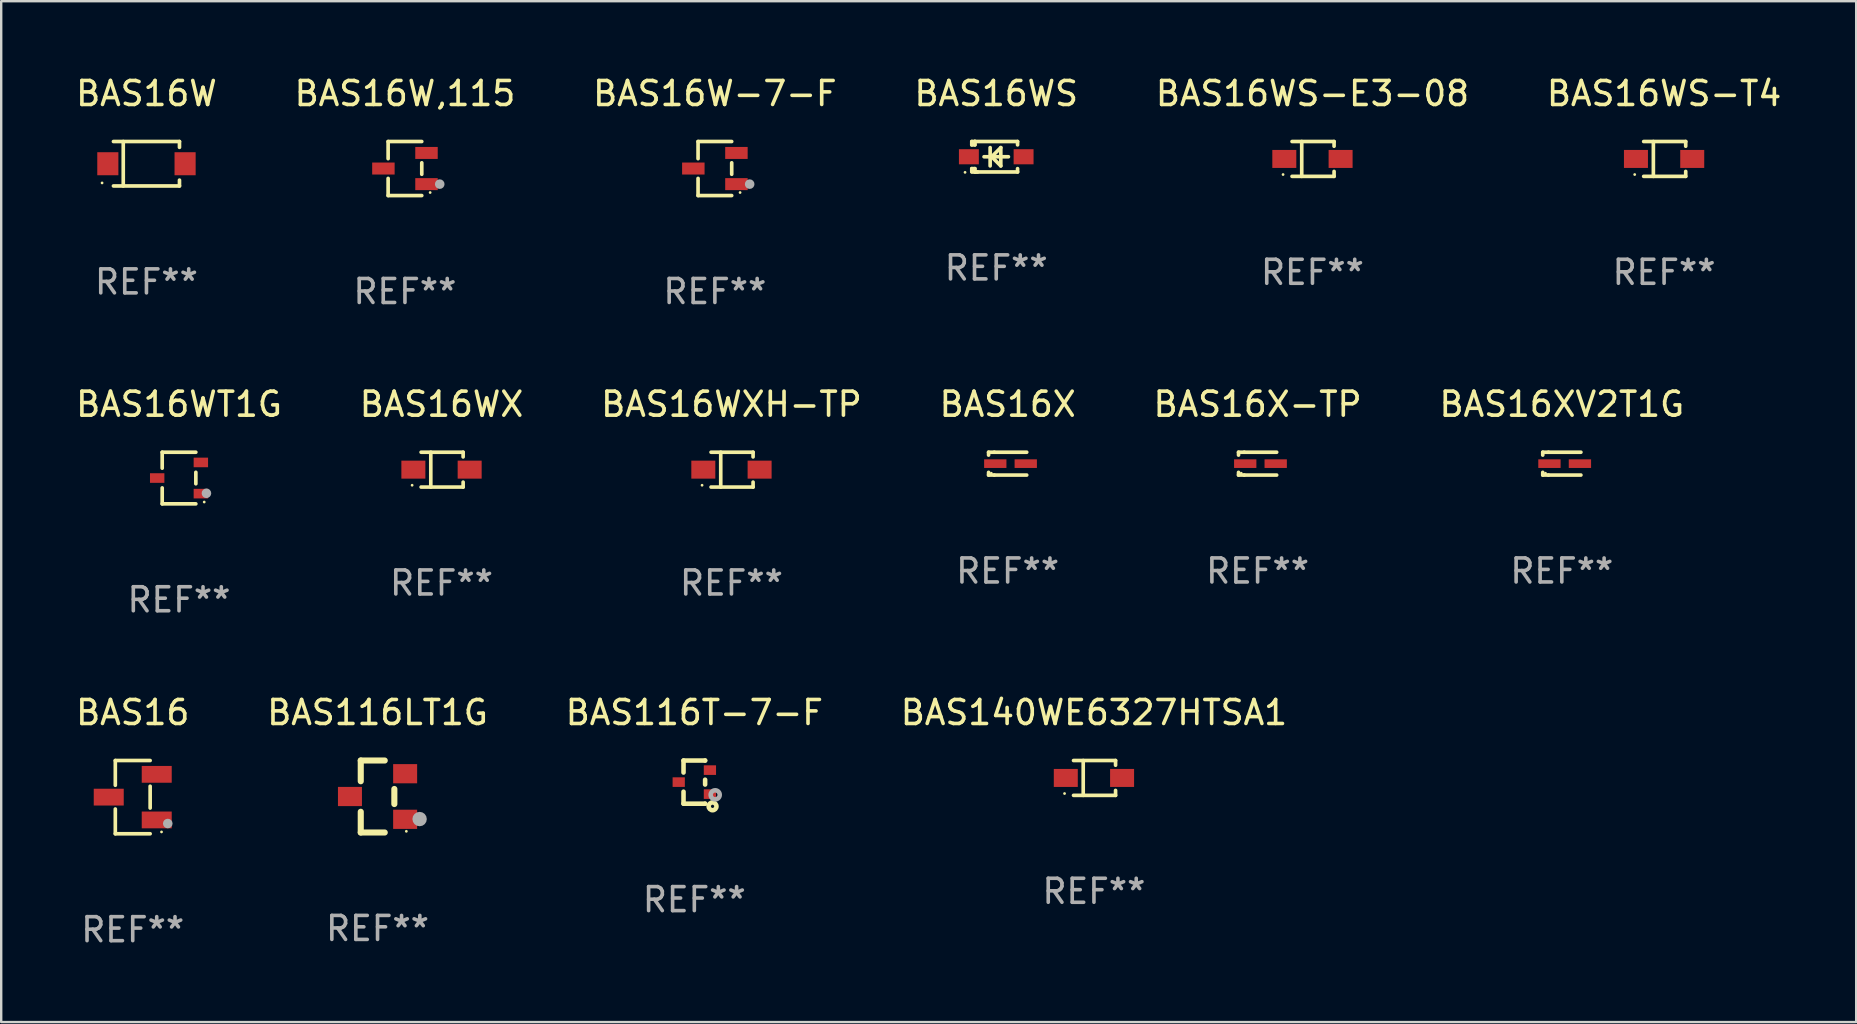
<source format=kicad_pcb>
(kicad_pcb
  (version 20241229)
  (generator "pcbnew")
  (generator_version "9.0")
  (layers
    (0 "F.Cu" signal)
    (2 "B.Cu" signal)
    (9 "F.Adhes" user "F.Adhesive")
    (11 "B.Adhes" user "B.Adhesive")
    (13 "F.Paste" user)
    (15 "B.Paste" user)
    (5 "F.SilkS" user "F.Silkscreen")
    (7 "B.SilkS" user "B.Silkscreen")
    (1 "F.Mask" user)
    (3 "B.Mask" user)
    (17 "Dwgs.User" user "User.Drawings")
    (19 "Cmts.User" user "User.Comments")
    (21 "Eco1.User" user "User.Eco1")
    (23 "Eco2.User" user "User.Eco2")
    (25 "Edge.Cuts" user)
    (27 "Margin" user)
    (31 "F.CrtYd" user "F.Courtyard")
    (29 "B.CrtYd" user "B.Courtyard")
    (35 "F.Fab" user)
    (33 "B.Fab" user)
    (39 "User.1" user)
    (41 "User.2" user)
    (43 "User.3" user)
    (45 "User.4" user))
  (footprint "BAS16WX"
    (layer "F.Cu")
    (at 15.351 16.523)
    (property "Reference" "BAS16WX" (at 0 -2.726 0) (layer "F.SilkS") (effects (font (size 1 1) (thickness 0.15))))
    (attr through_hole)
    (fp_line (start -0.851 -0.726) (end 0.901 -0.726) (stroke (width 0.152) (type solid)) (layer "F.SilkS"))
    (fp_line (start -0.851 0.726) (end 0.901 0.726) (stroke (width 0.152) (type solid)) (layer "F.SilkS"))
    (fp_line (start -0.447 -0.726) (end -0.447 0.726) (stroke (width 0.152) (type solid)) (layer "F.SilkS"))
    (fp_line (start 0.901 -0.726) (end 0.901 -0.53) (stroke (width 0.152) (type solid)) (layer "F.SilkS"))
    (fp_line (start 0.901 0.726) (end 0.901 0.52) (stroke (width 0.152) (type solid)) (layer "F.SilkS"))
    (fp_circle (center -1.225 0.65) (end -1.195 0.65) (stroke (width 0.06) (type solid)) (fill no) (layer "F.SilkS"))
    (fp_text user "REF**" (at 0 4.726 0) (layer "F.Fab") (effects (font (size 1 1) (thickness 0.15))))
    (pad "1" smd rect (at -1.173 0) (size 1 0.75) (layers "F.Cu" "F.Mask" "F.Paste"))
    (pad "2" smd rect (at 1.173 0) (size 1 0.75) (layers "F.Cu" "F.Mask" "F.Paste")))
  (footprint "BAS16WT1G"
    (layer "F.Cu")
    (at 4.411 16.873)
    (property "Reference" "BAS16WT1G" (at 0 -3.076 0) (layer "F.SilkS") (effects (font (size 1 1) (thickness 0.15))))
    (attr through_hole)
    (fp_line (start -0.701 -1.076) (end -0.701 -0.411) (stroke (width 0.152) (type solid)) (layer "F.SilkS"))
    (fp_line (start -0.701 1.076) (end -0.701 0.411) (stroke (width 0.152) (type solid)) (layer "F.SilkS"))
    (fp_line (start 0.701 -1.076) (end -0.701 -1.076) (stroke (width 0.152) (type solid)) (layer "F.SilkS"))
    (fp_line (start 0.701 -0.239) (end 0.701 0.239) (stroke (width 0.152) (type solid)) (layer "F.SilkS"))
    (fp_line (start 0.701 1.076) (end -0.701 1.076) (stroke (width 0.152) (type solid)) (layer "F.SilkS"))
    (fp_circle (center 1.05 1) (end 1.08 1) (stroke (width 0.06) (type solid)) (fill no) (layer "F.SilkS"))
    (fp_circle (center 1.143 0.635) (end 1.243 0.635) (stroke (width 0.2) (type solid)) (fill no) (layer "F.Fab"))
    (fp_text user "REF**" (at 0 5.076 0) (layer "F.Fab") (effects (font (size 1 1) (thickness 0.15))))
    (pad "1" smd rect (at 0.91 0.65) (size 0.6 0.4) (layers "F.Cu" "F.Mask" "F.Paste"))
    (pad "2" smd rect (at 0.91 -0.65) (size 0.6 0.4) (layers "F.Cu" "F.Mask" "F.Paste"))
    (pad "3" smd rect (at -0.91 0) (size 0.6 0.4) (layers "F.Cu" "F.Mask" "F.Paste")))
  (footprint "BAS116LT1G"
    (layer "F.Cu")
    (at 12.685 30.146)
    (property "Reference" "BAS116LT1G" (at 0 -3.5 0) (layer "F.SilkS") (effects (font (size 1 1) (thickness 0.15))))
    (attr through_hole)
    (fp_line (start -0.7 -1.5) (end 0.3 -1.5) (stroke (width 0.254) (type solid)) (layer "F.SilkS"))
    (fp_line (start -0.7 -0.636) (end -0.7 -1.5) (stroke (width 0.254) (type solid)) (layer "F.SilkS"))
    (fp_line (start -0.7 1.5) (end -0.7 0.636) (stroke (width 0.254) (type solid)) (layer "F.SilkS"))
    (fp_line (start -0.7 1.5) (end 0.3 1.5) (stroke (width 0.254) (type solid)) (layer "F.SilkS"))
    (fp_line (start 0.7 0.314) (end 0.7 -0.314) (stroke (width 0.254) (type solid)) (layer "F.SilkS"))
    (fp_circle (center 1.2 1.45) (end 1.23 1.45) (stroke (width 0.06) (type solid)) (fill no) (layer "F.SilkS"))
    (fp_circle (center 1.753 0.94) (end 1.903 0.94) (stroke (width 0.3) (type solid)) (fill no) (layer "F.Fab"))
    (fp_text user "REF**" (at 0 5.5 0) (layer "F.Fab") (effects (font (size 1 1) (thickness 0.15))))
    (pad "1" smd rect (at 1.15 0.95 180) (size 1 0.8) (layers "F.Cu" "F.Mask" "F.Paste"))
    (pad "2" smd rect (at 1.15 -0.95 180) (size 1 0.8) (layers "F.Cu" "F.Mask" "F.Paste"))
    (pad "3" smd rect (at -1.15 -0.000051 180) (size 1 0.8) (layers "F.Cu" "F.Mask" "F.Paste")))
  (footprint "BAS16WS"
    (layer "F.Cu")
    (at 38.47 3.483)
    (property "Reference" "BAS16WS" (at 0 -2.635 0) (layer "F.SilkS") (effects (font (size 1 1) (thickness 0.15))))
    (attr through_hole)
    (fp_line (start -1.02 -0.635) (end -1.02 -0.495) (stroke (width 0.152) (type solid)) (layer "F.SilkS"))
    (fp_line (start -1.02 -0.495) (end -0.889 -0.495) (stroke (width 0.152) (type solid)) (layer "F.SilkS"))
    (fp_line (start -1.02 0.495) (end -1.02 0.62) (stroke (width 0.152) (type solid)) (layer "F.SilkS"))
    (fp_line (start -1.02 0.495) (end -0.889 0.495) (stroke (width 0.152) (type solid)) (layer "F.SilkS"))
    (fp_line (start -0.889 -0.635) (end -1.02 -0.635) (stroke (width 0.152) (type solid)) (layer "F.SilkS"))
    (fp_line (start -0.889 -0.635) (end -0.889 -0.595) (stroke (width 0.152) (type solid)) (layer "F.SilkS"))
    (fp_line (start -0.889 -0.635) (end 0.889 -0.635) (stroke (width 0.152) (type solid)) (layer "F.SilkS"))
    (fp_line (start -0.889 -0.495) (end -0.889 -0.635) (stroke (width 0.152) (type solid)) (layer "F.SilkS"))
    (fp_line (start -0.889 0.595) (end -0.889 0.495) (stroke (width 0.152) (type solid)) (layer "F.SilkS"))
    (fp_line (start -0.889 0.595) (end -0.889 0.635) (stroke (width 0.152) (type solid)) (layer "F.SilkS"))
    (fp_line (start -0.889 0.635) (end 0.889 0.635) (stroke (width 0.152) (type solid)) (layer "F.SilkS"))
    (fp_line (start -0.776 0.635) (end -1.014 0.635) (stroke (width 0.152) (type solid)) (layer "F.SilkS"))
    (fp_line (start -0.254 -0.381) (end -0.254 0.381) (stroke (width 0.152) (type solid)) (layer "F.SilkS"))
    (fp_line (start -0.191 0) (end 0.19 -0.381) (stroke (width 0.152) (type solid)) (layer "F.SilkS"))
    (fp_line (start 0.19 -0.381) (end 0.19 0.381) (stroke (width 0.152) (type solid)) (layer "F.SilkS"))
    (fp_line (start 0.19 0.381) (end -0.191 0) (stroke (width 0.152) (type solid)) (layer "F.SilkS"))
    (fp_line (start 0.508 0) (end -0.508 0) (stroke (width 0.152) (type solid)) (layer "F.SilkS"))
    (fp_line (start 0.889 -0.635) (end 0.889 -0.495) (stroke (width 0.152) (type solid)) (layer "F.SilkS"))
    (fp_line (start 0.889 0.495) (end 0.889 0.635) (stroke (width 0.152) (type solid)) (layer "F.SilkS"))
    (fp_circle (center -1.3 0.65) (end -1.27 0.65) (stroke (width 0.06) (type solid)) (fill no) (layer "F.SilkS"))
    (fp_text user "REF**" (at 0 4.635 0) (layer "F.Fab") (effects (font (size 1 1) (thickness 0.15))))
    (pad "1" smd rect (at -1.14 0 90) (size 0.63 0.83) (layers "F.Cu" "F.Mask" "F.Paste"))
    (pad "2" smd rect (at 1.14 0 90) (size 0.63 0.83) (layers "F.Cu" "F.Mask" "F.Paste")))
  (footprint "BAS16X"
    (layer "F.Cu")
    (at 38.946 16.273)
    (property "Reference" "BAS16X" (at 0 -2.476 0) (layer "F.SilkS") (effects (font (size 1 1) (thickness 0.15))))
    (attr through_hole)
    (fp_line (start -0.795 -0.476) (end -0.795 -0.356) (stroke (width 0.152) (type solid)) (layer "F.SilkS"))
    (fp_line (start -0.795 0.363) (end -0.795 0.476) (stroke (width 0.152) (type solid)) (layer "F.SilkS"))
    (fp_line (start -0.795 0.476) (end -0.557 0.476) (stroke (width 0.152) (type solid)) (layer "F.SilkS"))
    (fp_line (start -0.557 -0.476) (end -0.795 -0.476) (stroke (width 0.152) (type solid)) (layer "F.SilkS"))
    (fp_line (start -0.557 -0.476) (end 0.795 -0.476) (stroke (width 0.152) (type solid)) (layer "F.SilkS"))
    (fp_line (start -0.557 0.476) (end 0.795 0.476) (stroke (width 0.152) (type solid)) (layer "F.SilkS"))
    (fp_circle (center -0.681 0.4) (end -0.651 0.4) (stroke (width 0.06) (type solid)) (fill no) (layer "F.SilkS"))
    (fp_text user "REF**" (at 0 4.476 0) (layer "F.Fab") (effects (font (size 1 1) (thickness 0.15))))
    (pad "1" smd rect (at -0.516 0 180) (size 0.93 0.36) (layers "F.Cu" "F.Mask" "F.Paste"))
    (pad "2" smd rect (at 0.754 0 180) (size 0.93 0.36) (layers "F.Cu" "F.Mask" "F.Paste")))
  (footprint "BAS16XV2T1G"
    (layer "F.Cu")
    (at 62.042 16.273)
    (property "Reference" "BAS16XV2T1G" (at 0 -2.476 0) (layer "F.SilkS") (effects (font (size 1 1) (thickness 0.15))))
    (attr through_hole)
    (fp_line (start -0.795 -0.476) (end -0.795 -0.356) (stroke (width 0.152) (type solid)) (layer "F.SilkS"))
    (fp_line (start -0.795 0.363) (end -0.795 0.476) (stroke (width 0.152) (type solid)) (layer "F.SilkS"))
    (fp_line (start -0.795 0.476) (end -0.557 0.476) (stroke (width 0.152) (type solid)) (layer "F.SilkS"))
    (fp_line (start -0.557 -0.476) (end -0.795 -0.476) (stroke (width 0.152) (type solid)) (layer "F.SilkS"))
    (fp_line (start -0.557 -0.476) (end 0.795 -0.476) (stroke (width 0.152) (type solid)) (layer "F.SilkS"))
    (fp_line (start -0.557 0.476) (end 0.795 0.476) (stroke (width 0.152) (type solid)) (layer "F.SilkS"))
    (fp_circle (center -0.681 0.4) (end -0.651 0.4) (stroke (width 0.06) (type solid)) (fill no) (layer "F.SilkS"))
    (fp_text user "REF**" (at 0 4.476 0) (layer "F.Fab") (effects (font (size 1 1) (thickness 0.15))))
    (pad "1" smd rect (at -0.516 0 180) (size 0.93 0.36) (layers "F.Cu" "F.Mask" "F.Paste"))
    (pad "2" smd rect (at 0.754 0 180) (size 0.93 0.36) (layers "F.Cu" "F.Mask" "F.Paste")))
  (footprint "BAS116T-7-F"
    (layer "F.Cu")
    (at 25.887 29.546)
    (property "Reference" "BAS116T-7-F" (at 0 -2.9 0) (layer "F.SilkS") (effects (font (size 1 1) (thickness 0.15))))
    (attr through_hole)
    (fp_line (start -0.45 -0.9) (end 0.45 -0.9) (stroke (width 0.19) (type solid)) (layer "F.SilkS"))
    (fp_line (start -0.45 -0.399) (end -0.45 -0.9) (stroke (width 0.19) (type solid)) (layer "F.SilkS"))
    (fp_line (start -0.45 0.9) (end -0.45 0.399) (stroke (width 0.19) (type solid)) (layer "F.SilkS"))
    (fp_line (start -0.45 0.9) (end 0.45 0.9) (stroke (width 0.19) (type solid)) (layer "F.SilkS"))
    (fp_line (start 0.45 -0.899) (end 0.45 -0.9) (stroke (width 0.19) (type solid)) (layer "F.SilkS"))
    (fp_line (start 0.45 0.101) (end 0.45 -0.101) (stroke (width 0.19) (type solid)) (layer "F.SilkS"))
    (fp_line (start 0.45 0.9) (end 0.45 0.899) (stroke (width 0.19) (type solid)) (layer "F.SilkS"))
    (fp_circle (center 0.76 1.01) (end 0.827 1.01) (stroke (width 0.19) (type solid)) (fill no) (layer "F.SilkS"))
    (fp_circle (center 0.8 0.8) (end 0.81 0.8) (stroke (width 0.02) (type solid)) (fill no) (layer "F.SilkS"))
    (fp_circle (center 0.87 0.53) (end 0.964 0.53) (stroke (width 0.19) (type solid)) (fill no) (layer "F.Fab"))
    (fp_text user "REF**" (at 0 4.9 0) (layer "F.Fab") (effects (font (size 1 1) (thickness 0.15))))
    (pad "1" smd rect (at 0.65 0.5 90) (size 0.4 0.51) (layers "F.Cu" "F.Mask" "F.Paste"))
    (pad "2" smd rect (at 0.65 -0.5 90) (size 0.4 0.51) (layers "F.Cu" "F.Mask" "F.Paste"))
    (pad "3" smd rect (at -0.65 0.000127 90) (size 0.4 0.51) (layers "F.Cu" "F.Mask" "F.Paste")))
  (footprint "BAS16X-TP"
    (layer "F.Cu")
    (at 49.363 16.273)
    (property "Reference" "BAS16X-TP" (at 0 -2.476 0) (layer "F.SilkS") (effects (font (size 1 1) (thickness 0.15))))
    (attr through_hole)
    (fp_line (start -0.795 -0.476) (end -0.795 -0.356) (stroke (width 0.152) (type solid)) (layer "F.SilkS"))
    (fp_line (start -0.795 0.363) (end -0.795 0.476) (stroke (width 0.152) (type solid)) (layer "F.SilkS"))
    (fp_line (start -0.795 0.476) (end -0.557 0.476) (stroke (width 0.152) (type solid)) (layer "F.SilkS"))
    (fp_line (start -0.557 -0.476) (end -0.795 -0.476) (stroke (width 0.152) (type solid)) (layer "F.SilkS"))
    (fp_line (start -0.557 -0.476) (end 0.795 -0.476) (stroke (width 0.152) (type solid)) (layer "F.SilkS"))
    (fp_line (start -0.557 0.476) (end 0.795 0.476) (stroke (width 0.152) (type solid)) (layer "F.SilkS"))
    (fp_circle (center -0.681 0.4) (end -0.651 0.4) (stroke (width 0.06) (type solid)) (fill no) (layer "F.SilkS"))
    (fp_text user "REF**" (at 0 4.476 0) (layer "F.Fab") (effects (font (size 1 1) (thickness 0.15))))
    (pad "1" smd rect (at -0.516 0 180) (size 0.93 0.36) (layers "F.Cu" "F.Mask" "F.Paste"))
    (pad "2" smd rect (at 0.754 0 180) (size 0.93 0.36) (layers "F.Cu" "F.Mask" "F.Paste")))
  (footprint "BAS16W"
    (layer "F.Cu")
    (at 3.054 3.774)
    (property "Reference" "BAS16W" (at 0 -2.926 0) (layer "F.SilkS") (effects (font (size 1 1) (thickness 0.15))))
    (attr through_hole)
    (fp_line (start -1.376 -0.926) (end 1.376 -0.926) (stroke (width 0.152) (type solid)) (layer "F.SilkS"))
    (fp_line (start -1.376 0.926) (end 1.376 0.926) (stroke (width 0.152) (type solid)) (layer "F.SilkS"))
    (fp_line (start -0.967 -0.926) (end -0.967 0.926) (stroke (width 0.152) (type solid)) (layer "F.SilkS"))
    (fp_line (start 1.376 -0.926) (end 1.376 -0.683) (stroke (width 0.152) (type solid)) (layer "F.SilkS"))
    (fp_line (start 1.376 0.926) (end 1.376 0.683) (stroke (width 0.152) (type solid)) (layer "F.SilkS"))
    (fp_circle (center -1.85 0.8) (end -1.82 0.8) (stroke (width 0.06) (type solid)) (fill no) (layer "F.SilkS"))
    (fp_text user "REF**" (at 0 4.926 0) (layer "F.Fab") (effects (font (size 1 1) (thickness 0.15))))
    (pad "1" smd rect (at -1.61 0) (size 0.88 0.96) (layers "F.Cu" "F.Mask" "F.Paste"))
    (pad "2" smd rect (at 1.61 0) (size 0.88 0.96) (layers "F.Cu" "F.Mask" "F.Paste")))
  (footprint "BAS16"
    (layer "F.Cu")
    (at 2.482 30.172)
    (property "Reference" "BAS16" (at 0 -3.526 0) (layer "F.SilkS") (effects (font (size 1 1) (thickness 0.15))))
    (attr through_hole)
    (fp_line (start -0.726 -1.526) (end -0.726 -0.495) (stroke (width 0.152) (type solid)) (layer "F.SilkS"))
    (fp_line (start -0.726 1.526) (end -0.726 0.495) (stroke (width 0.152) (type solid)) (layer "F.SilkS"))
    (fp_line (start 0.726 -1.526) (end -0.726 -1.526) (stroke (width 0.152) (type solid)) (layer "F.SilkS"))
    (fp_line (start 0.726 -0.455) (end 0.726 0.455) (stroke (width 0.152) (type solid)) (layer "F.SilkS"))
    (fp_line (start 0.726 1.526) (end -0.726 1.526) (stroke (width 0.152) (type solid)) (layer "F.SilkS"))
    (fp_circle (center 1.2 1.45) (end 1.23 1.45) (stroke (width 0.06) (type solid)) (fill no) (layer "F.SilkS"))
    (fp_circle (center 1.46 1.1) (end 1.56 1.1) (stroke (width 0.2) (type solid)) (fill no) (layer "F.Fab"))
    (fp_text user "REF**" (at 0 5.526 0) (layer "F.Fab") (effects (font (size 1 1) (thickness 0.15))))
    (pad "1" smd rect (at 1 0.95) (size 1.25 0.7) (layers "F.Cu" "F.Mask" "F.Paste"))
    (pad "2" smd rect (at 1 -0.95) (size 1.25 0.7) (layers "F.Cu" "F.Mask" "F.Paste"))
    (pad "3" smd rect (at -1 0) (size 1.25 0.7) (layers "F.Cu" "F.Mask" "F.Paste")))
  (footprint "BAS16WS-E3-08"
    (layer "F.Cu")
    (at 51.649 3.574)
    (property "Reference" "BAS16WS-E3-08" (at 0 -2.726 0) (layer "F.SilkS") (effects (font (size 1 1) (thickness 0.15))))
    (attr through_hole)
    (fp_line (start -0.851 -0.726) (end 0.901 -0.726) (stroke (width 0.152) (type solid)) (layer "F.SilkS"))
    (fp_line (start -0.851 0.726) (end 0.901 0.726) (stroke (width 0.152) (type solid)) (layer "F.SilkS"))
    (fp_line (start -0.447 -0.726) (end -0.447 0.726) (stroke (width 0.152) (type solid)) (layer "F.SilkS"))
    (fp_line (start 0.901 -0.726) (end 0.901 -0.53) (stroke (width 0.152) (type solid)) (layer "F.SilkS"))
    (fp_line (start 0.901 0.726) (end 0.901 0.52) (stroke (width 0.152) (type solid)) (layer "F.SilkS"))
    (fp_circle (center -1.225 0.65) (end -1.195 0.65) (stroke (width 0.06) (type solid)) (fill no) (layer "F.SilkS"))
    (fp_text user "REF**" (at 0 4.726 0) (layer "F.Fab") (effects (font (size 1 1) (thickness 0.15))))
    (pad "1" smd rect (at -1.173 0) (size 1 0.75) (layers "F.Cu" "F.Mask" "F.Paste"))
    (pad "2" smd rect (at 1.173 0) (size 1 0.75) (layers "F.Cu" "F.Mask" "F.Paste")))
  (footprint "BAS16W-7-F"
    (layer "F.Cu")
    (at 26.744 3.974)
    (property "Reference" "BAS16W-7-F" (at 0 -3.126 0) (layer "F.SilkS") (effects (font (size 1 1) (thickness 0.15))))
    (attr through_hole)
    (fp_line (start -0.701 -1.126) (end -0.701 -0.411) (stroke (width 0.152) (type solid)) (layer "F.SilkS"))
    (fp_line (start -0.701 1.126) (end -0.701 0.411) (stroke (width 0.152) (type solid)) (layer "F.SilkS"))
    (fp_line (start 0.701 -1.126) (end -0.701 -1.126) (stroke (width 0.152) (type solid)) (layer "F.SilkS"))
    (fp_line (start 0.701 -0.239) (end 0.701 0.239) (stroke (width 0.152) (type solid)) (layer "F.SilkS"))
    (fp_line (start 0.701 1.126) (end -0.701 1.126) (stroke (width 0.152) (type solid)) (layer "F.SilkS"))
    (fp_circle (center 1.05 1) (end 1.08 1) (stroke (width 0.06) (type solid)) (fill no) (layer "F.SilkS"))
    (fp_circle (center 1.45 0.65) (end 1.55 0.65) (stroke (width 0.2) (type solid)) (fill no) (layer "F.Fab"))
    (fp_text user "REF**" (at 0 5.126 0) (layer "F.Fab") (effects (font (size 1 1) (thickness 0.15))))
    (pad "1" smd rect (at 0.898 0.65) (size 0.936 0.5) (layers "F.Cu" "F.Mask" "F.Paste"))
    (pad "2" smd rect (at 0.898 -0.65) (size 0.936 0.5) (layers "F.Cu" "F.Mask" "F.Paste"))
    (pad "3" smd rect (at -0.898 0) (size 0.936 0.5) (layers "F.Cu" "F.Mask" "F.Paste")))
  (footprint "BAS16WXH-TP"
    (layer "F.Cu")
    (at 27.435 16.523)
    (property "Reference" "BAS16WXH-TP" (at 0 -2.726 0) (layer "F.SilkS") (effects (font (size 1 1) (thickness 0.15))))
    (attr through_hole)
    (fp_line (start -0.851 -0.726) (end 0.901 -0.726) (stroke (width 0.152) (type solid)) (layer "F.SilkS"))
    (fp_line (start -0.851 0.726) (end 0.901 0.726) (stroke (width 0.152) (type solid)) (layer "F.SilkS"))
    (fp_line (start -0.447 -0.726) (end -0.447 0.726) (stroke (width 0.152) (type solid)) (layer "F.SilkS"))
    (fp_line (start 0.901 -0.726) (end 0.901 -0.53) (stroke (width 0.152) (type solid)) (layer "F.SilkS"))
    (fp_line (start 0.901 0.726) (end 0.901 0.52) (stroke (width 0.152) (type solid)) (layer "F.SilkS"))
    (fp_circle (center -1.225 0.65) (end -1.195 0.65) (stroke (width 0.06) (type solid)) (fill no) (layer "F.SilkS"))
    (fp_text user "REF**" (at 0 4.726 0) (layer "F.Fab") (effects (font (size 1 1) (thickness 0.15))))
    (pad "1" smd rect (at -1.173 0) (size 1 0.75) (layers "F.Cu" "F.Mask" "F.Paste"))
    (pad "2" smd rect (at 1.173 0) (size 1 0.75) (layers "F.Cu" "F.Mask" "F.Paste")))
  (footprint "BAS16W,115"
    (layer "F.Cu")
    (at 13.827 3.974)
    (property "Reference" "BAS16W,115" (at 0 -3.126 0) (layer "F.SilkS") (effects (font (size 1 1) (thickness 0.15))))
    (attr through_hole)
    (fp_line (start -0.701 -1.126) (end -0.701 -0.411) (stroke (width 0.152) (type solid)) (layer "F.SilkS"))
    (fp_line (start -0.701 1.126) (end -0.701 0.411) (stroke (width 0.152) (type solid)) (layer "F.SilkS"))
    (fp_line (start 0.701 -1.126) (end -0.701 -1.126) (stroke (width 0.152) (type solid)) (layer "F.SilkS"))
    (fp_line (start 0.701 -0.239) (end 0.701 0.239) (stroke (width 0.152) (type solid)) (layer "F.SilkS"))
    (fp_line (start 0.701 1.126) (end -0.701 1.126) (stroke (width 0.152) (type solid)) (layer "F.SilkS"))
    (fp_circle (center 1.05 1) (end 1.08 1) (stroke (width 0.06) (type solid)) (fill no) (layer "F.SilkS"))
    (fp_circle (center 1.45 0.65) (end 1.55 0.65) (stroke (width 0.2) (type solid)) (fill no) (layer "F.Fab"))
    (fp_text user "REF**" (at 0 5.126 0) (layer "F.Fab") (effects (font (size 1 1) (thickness 0.15))))
    (pad "1" smd rect (at 0.898 0.65) (size 0.936 0.5) (layers "F.Cu" "F.Mask" "F.Paste"))
    (pad "2" smd rect (at 0.898 -0.65) (size 0.936 0.5) (layers "F.Cu" "F.Mask" "F.Paste"))
    (pad "3" smd rect (at -0.898 0) (size 0.936 0.5) (layers "F.Cu" "F.Mask" "F.Paste")))
  (footprint "BAS16WS-T4"
    (layer "F.Cu")
    (at 66.304 3.574)
    (property "Reference" "BAS16WS-T4" (at 0 -2.726 0) (layer "F.SilkS") (effects (font (size 1 1) (thickness 0.15))))
    (attr through_hole)
    (fp_line (start -0.851 -0.726) (end 0.901 -0.726) (stroke (width 0.152) (type solid)) (layer "F.SilkS"))
    (fp_line (start -0.851 0.726) (end 0.901 0.726) (stroke (width 0.152) (type solid)) (layer "F.SilkS"))
    (fp_line (start -0.447 -0.726) (end -0.447 0.726) (stroke (width 0.152) (type solid)) (layer "F.SilkS"))
    (fp_line (start 0.901 -0.726) (end 0.901 -0.53) (stroke (width 0.152) (type solid)) (layer "F.SilkS"))
    (fp_line (start 0.901 0.726) (end 0.901 0.52) (stroke (width 0.152) (type solid)) (layer "F.SilkS"))
    (fp_circle (center -1.225 0.65) (end -1.195 0.65) (stroke (width 0.06) (type solid)) (fill no) (layer "F.SilkS"))
    (fp_text user "REF**" (at 0 4.726 0) (layer "F.Fab") (effects (font (size 1 1) (thickness 0.15))))
    (pad "1" smd rect (at -1.173 0) (size 1 0.75) (layers "F.Cu" "F.Mask" "F.Paste"))
    (pad "2" smd rect (at 1.173 0) (size 1 0.75) (layers "F.Cu" "F.Mask" "F.Paste")))
  (footprint "BAS140WE6327HTSA1"
    (layer "F.Cu")
    (at 42.542 29.372)
    (property "Reference" "BAS140WE6327HTSA1" (at 0 -2.726 0) (layer "F.SilkS") (effects (font (size 1 1) (thickness 0.15))))
    (attr through_hole)
    (fp_line (start -0.851 -0.726) (end 0.901 -0.726) (stroke (width 0.152) (type solid)) (layer "F.SilkS"))
    (fp_line (start -0.851 0.726) (end 0.901 0.726) (stroke (width 0.152) (type solid)) (layer "F.SilkS"))
    (fp_line (start -0.447 -0.726) (end -0.447 0.726) (stroke (width 0.152) (type solid)) (layer "F.SilkS"))
    (fp_line (start 0.901 -0.726) (end 0.901 -0.53) (stroke (width 0.152) (type solid)) (layer "F.SilkS"))
    (fp_line (start 0.901 0.726) (end 0.901 0.52) (stroke (width 0.152) (type solid)) (layer "F.SilkS"))
    (fp_circle (center -1.225 0.65) (end -1.195 0.65) (stroke (width 0.06) (type solid)) (fill no) (layer "F.SilkS"))
    (fp_text user "REF**" (at 0 4.726 0) (layer "F.Fab") (effects (font (size 1 1) (thickness 0.15))))
    (pad "1" smd rect (at -1.173 0) (size 1 0.75) (layers "F.Cu" "F.Mask" "F.Paste"))
    (pad "2" smd rect (at 1.173 0) (size 1 0.75) (layers "F.Cu" "F.Mask" "F.Paste")))
  (gr_rect
    (start -3 -3)
    (end 74.31 39.547)
    (stroke (width 0.1) (type default))
    (fill no)
    (layer "Edge.Cuts")))
</source>
